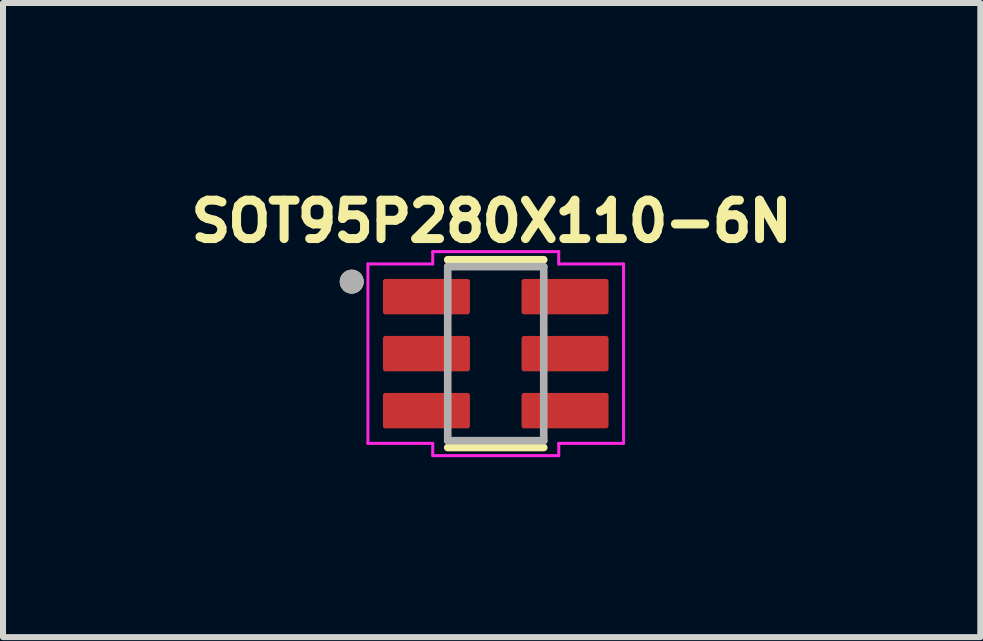
<source format=kicad_pcb>
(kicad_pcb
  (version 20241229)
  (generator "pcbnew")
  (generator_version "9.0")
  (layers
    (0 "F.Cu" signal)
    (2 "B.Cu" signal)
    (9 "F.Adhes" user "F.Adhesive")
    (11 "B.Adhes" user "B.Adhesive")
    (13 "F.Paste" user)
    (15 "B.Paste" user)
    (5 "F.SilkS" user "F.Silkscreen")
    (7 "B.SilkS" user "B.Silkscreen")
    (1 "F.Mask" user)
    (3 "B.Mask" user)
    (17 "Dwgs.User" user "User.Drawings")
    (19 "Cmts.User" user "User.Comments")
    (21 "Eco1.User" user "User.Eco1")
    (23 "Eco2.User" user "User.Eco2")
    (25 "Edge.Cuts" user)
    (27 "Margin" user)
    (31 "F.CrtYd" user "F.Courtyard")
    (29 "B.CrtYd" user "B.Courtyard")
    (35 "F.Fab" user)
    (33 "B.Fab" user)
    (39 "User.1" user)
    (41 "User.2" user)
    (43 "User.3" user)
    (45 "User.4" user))
  (footprint "SOT95P280X110-6N"
    (layer "F.Cu")
    (at 5.212 2.844)
    (property "Reference" "SOT95P280X110-6N" (at -0.068 -2.206 0) (layer "F.SilkS") (effects (font (size 0.64 0.64) (thickness 0.15))))
    (attr smd)
    (fp_line (start -0.8 -1.565) (end 0.8 -1.565) (stroke (width 0.127) (type solid)) (layer "F.SilkS"))
    (fp_line (start -0.8 1.565) (end 0.8 1.565) (stroke (width 0.127) (type solid)) (layer "F.SilkS"))
    (fp_circle (center -2.4 -1.2) (end -2.3 -1.2) (stroke (width 0.2) (type solid)) (fill no) (layer "F.SilkS"))
    (fp_line (start -2.13 -1.495) (end -2.13 1.495) (stroke (width 0.05) (type solid)) (layer "F.CrtYd"))
    (fp_line (start -2.13 1.495) (end -1.05 1.495) (stroke (width 0.05) (type solid)) (layer "F.CrtYd"))
    (fp_line (start -1.05 -1.7) (end -1.05 -1.495) (stroke (width 0.05) (type solid)) (layer "F.CrtYd"))
    (fp_line (start -1.05 -1.495) (end -2.13 -1.495) (stroke (width 0.05) (type solid)) (layer "F.CrtYd"))
    (fp_line (start -1.05 1.495) (end -1.05 1.7) (stroke (width 0.05) (type solid)) (layer "F.CrtYd"))
    (fp_line (start -1.05 1.7) (end 1.05 1.7) (stroke (width 0.05) (type solid)) (layer "F.CrtYd"))
    (fp_line (start 1.05 -1.7) (end -1.05 -1.7) (stroke (width 0.05) (type solid)) (layer "F.CrtYd"))
    (fp_line (start 1.05 -1.495) (end 1.05 -1.7) (stroke (width 0.05) (type solid)) (layer "F.CrtYd"))
    (fp_line (start 1.05 1.495) (end 2.13 1.495) (stroke (width 0.05) (type solid)) (layer "F.CrtYd"))
    (fp_line (start 1.05 1.7) (end 1.05 1.495) (stroke (width 0.05) (type solid)) (layer "F.CrtYd"))
    (fp_line (start 2.13 -1.495) (end 1.05 -1.495) (stroke (width 0.05) (type solid)) (layer "F.CrtYd"))
    (fp_line (start 2.13 1.495) (end 2.13 -1.495) (stroke (width 0.05) (type solid)) (layer "F.CrtYd"))
    (fp_line (start -0.8 -1.45) (end -0.8 1.45) (stroke (width 0.127) (type solid)) (layer "F.Fab"))
    (fp_line (start -0.8 1.45) (end 0.8 1.45) (stroke (width 0.127) (type solid)) (layer "F.Fab"))
    (fp_line (start 0.8 -1.45) (end -0.8 -1.45) (stroke (width 0.127) (type solid)) (layer "F.Fab"))
    (fp_line (start 0.8 1.45) (end 0.8 -1.45) (stroke (width 0.127) (type solid)) (layer "F.Fab"))
    (fp_circle (center -2.4 -1.2) (end -2.3 -1.2) (stroke (width 0.2) (type solid)) (fill no) (layer "F.Fab"))
    (pad "1" smd roundrect (at -1.155 -0.95) (size 1.45 0.59) (layers "F.Cu" "F.Mask" "F.Paste") (roundrect_rratio 0.07))
    (pad "2" smd roundrect (at -1.155 0) (size 1.45 0.59) (layers "F.Cu" "F.Mask" "F.Paste") (roundrect_rratio 0.07))
    (pad "3" smd roundrect (at -1.155 0.95) (size 1.45 0.59) (layers "F.Cu" "F.Mask" "F.Paste") (roundrect_rratio 0.07))
    (pad "4" smd roundrect (at 1.155 0.95) (size 1.45 0.59) (layers "F.Cu" "F.Mask" "F.Paste") (roundrect_rratio 0.07))
    (pad "5" smd roundrect (at 1.155 0) (size 1.45 0.59) (layers "F.Cu" "F.Mask" "F.Paste") (roundrect_rratio 0.07))
    (pad "6" smd roundrect (at 1.155 -0.95) (size 1.45 0.59) (layers "F.Cu" "F.Mask" "F.Paste") (roundrect_rratio 0.07)))
  (gr_rect
    (start -3 -3)
    (end 13.288 7.569)
    (stroke (width 0.1) (type default))
    (fill no)
    (layer "Edge.Cuts")))
</source>
